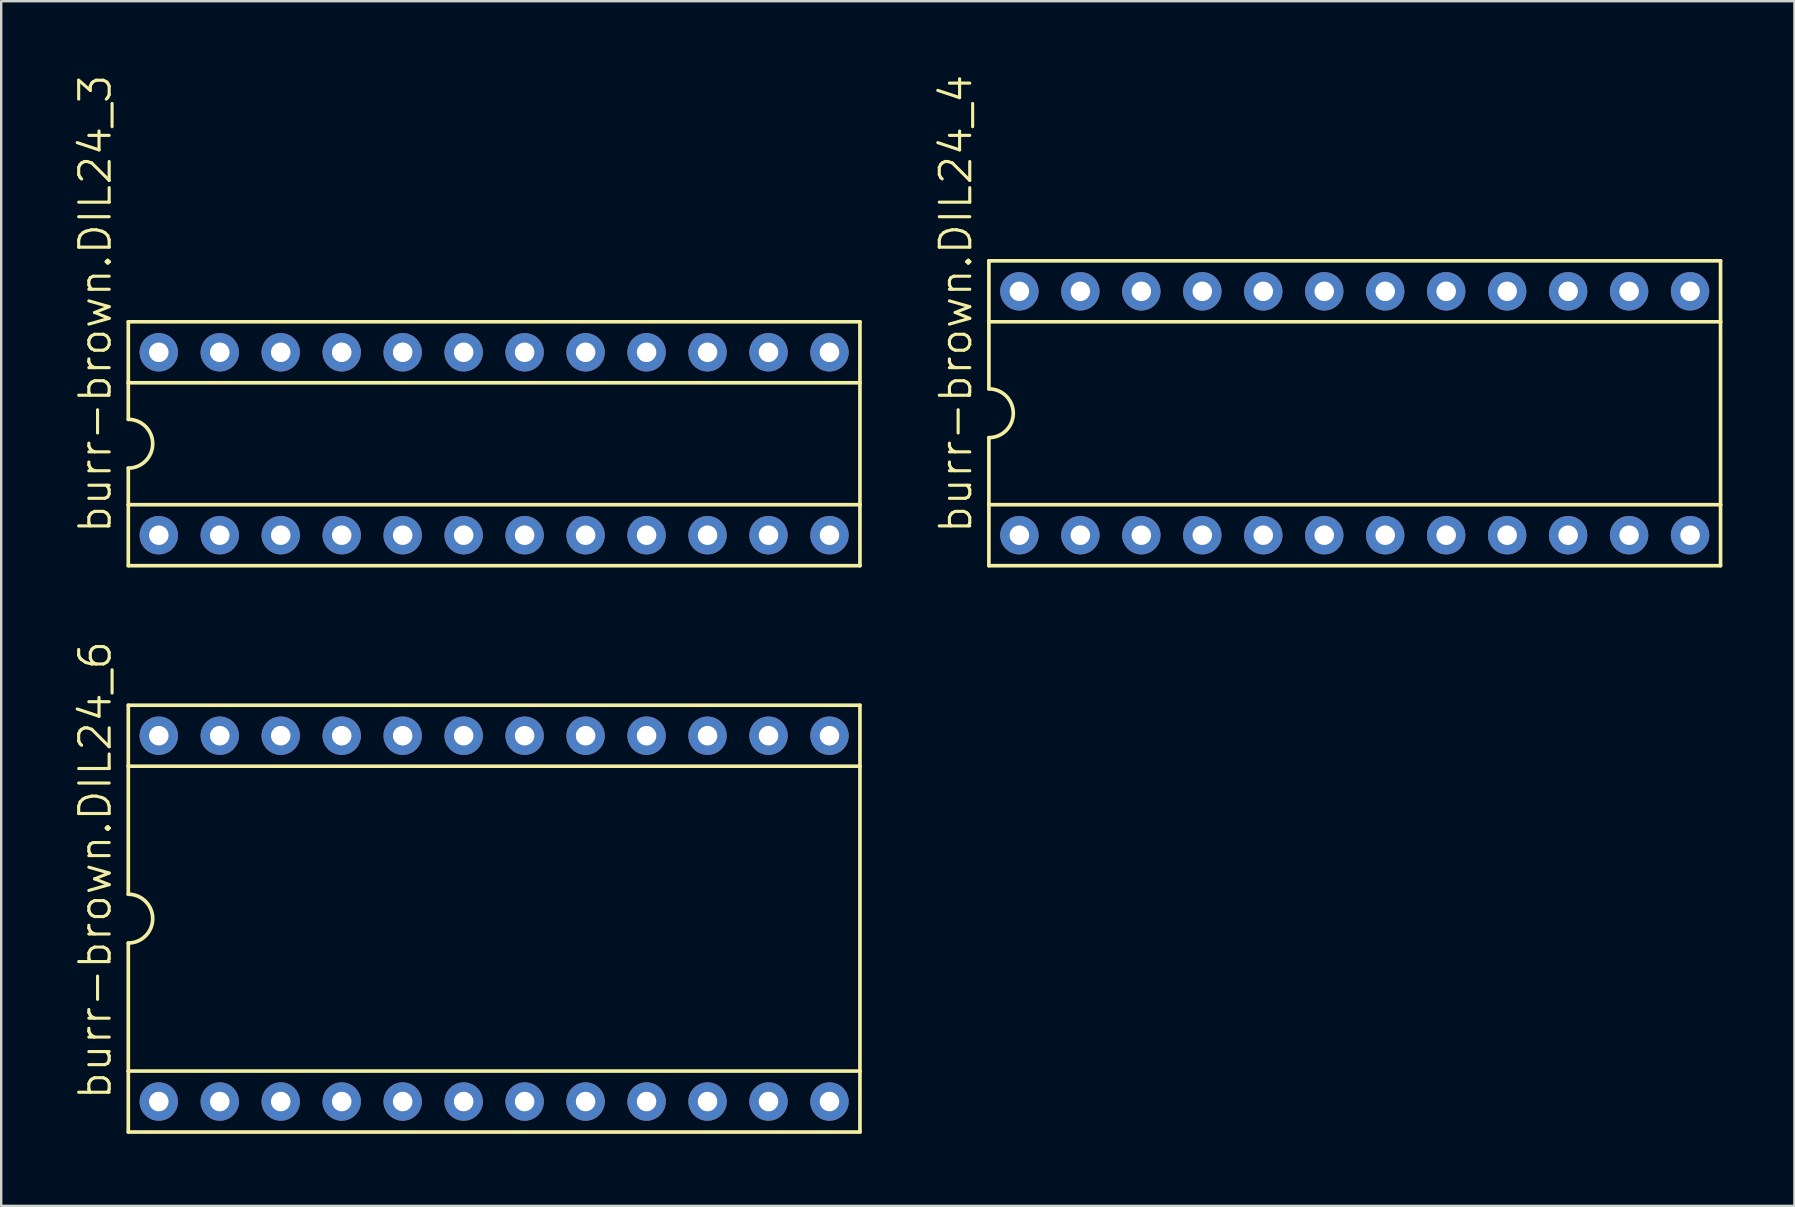
<source format=kicad_pcb>
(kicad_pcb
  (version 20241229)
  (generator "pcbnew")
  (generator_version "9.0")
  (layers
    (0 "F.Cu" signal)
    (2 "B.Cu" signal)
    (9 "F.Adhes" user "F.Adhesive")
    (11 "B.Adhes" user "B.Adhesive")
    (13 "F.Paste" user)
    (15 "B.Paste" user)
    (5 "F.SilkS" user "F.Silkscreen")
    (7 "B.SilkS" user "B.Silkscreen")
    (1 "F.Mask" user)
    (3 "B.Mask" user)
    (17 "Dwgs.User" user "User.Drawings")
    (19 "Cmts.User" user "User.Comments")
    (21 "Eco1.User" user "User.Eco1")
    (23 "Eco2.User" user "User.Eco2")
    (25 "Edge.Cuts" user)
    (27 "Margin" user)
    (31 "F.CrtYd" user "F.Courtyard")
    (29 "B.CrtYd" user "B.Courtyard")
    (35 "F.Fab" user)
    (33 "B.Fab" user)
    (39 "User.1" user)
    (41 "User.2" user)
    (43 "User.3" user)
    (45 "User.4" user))
  (footprint "burr-brown.DIL24_6"
    (layer "F.Cu")
    (at 17.535 35.219)
    (property "Reference" "burr-brown.DIL24_6" (at -15.875 7.62 90) (layer "F.SilkS") (effects (font (size 1.27 1.27) (thickness 0.13)) (justify left bottom)))
    (attr through_hole)
    (fp_line (start -15.24 -8.89) (end -15.24 -6.35) (stroke (width 0.152) (type default)) (layer "F.SilkS"))
    (fp_line (start -15.24 -6.35) (end -15.24 -1.016) (stroke (width 0.152) (type default)) (layer "F.SilkS"))
    (fp_line (start -15.24 6.35) (end -15.24 1.016) (stroke (width 0.152) (type default)) (layer "F.SilkS"))
    (fp_line (start -15.24 6.35) (end 15.24 6.35) (stroke (width 0.152) (type default)) (layer "F.SilkS"))
    (fp_line (start -15.24 8.89) (end -15.24 6.35) (stroke (width 0.152) (type default)) (layer "F.SilkS"))
    (fp_line (start -15.24 8.89) (end 15.24 8.89) (stroke (width 0.152) (type default)) (layer "F.SilkS"))
    (fp_line (start 15.24 -8.89) (end -15.24 -8.89) (stroke (width 0.152) (type default)) (layer "F.SilkS"))
    (fp_line (start 15.24 -8.89) (end 15.24 -6.35) (stroke (width 0.152) (type default)) (layer "F.SilkS"))
    (fp_line (start 15.24 -6.35) (end -15.24 -6.35) (stroke (width 0.152) (type default)) (layer "F.SilkS"))
    (fp_line (start 15.24 -6.35) (end 15.24 6.35) (stroke (width 0.152) (type default)) (layer "F.SilkS"))
    (fp_line (start 15.24 6.35) (end 15.24 8.89) (stroke (width 0.152) (type default)) (layer "F.SilkS"))
    (fp_arc (start -15.24 -1.016) (mid -14.224 0) (end -15.24 1.016) (stroke (width 0.1524) (type default)) (layer "F.SilkS"))
    (pad "1" thru_hole circle (at -13.97 7.62) (size 1.6 1.6) (drill 0.813) (layers "*.Cu" "*.Mask"))
    (pad "2" thru_hole circle (at -11.43 7.62) (size 1.6 1.6) (drill 0.813) (layers "*.Cu" "*.Mask"))
    (pad "3" thru_hole circle (at -8.89 7.62) (size 1.6 1.6) (drill 0.813) (layers "*.Cu" "*.Mask"))
    (pad "4" thru_hole circle (at -6.35 7.62) (size 1.6 1.6) (drill 0.813) (layers "*.Cu" "*.Mask"))
    (pad "5" thru_hole circle (at -3.81 7.62) (size 1.6 1.6) (drill 0.813) (layers "*.Cu" "*.Mask"))
    (pad "6" thru_hole circle (at -1.27 7.62) (size 1.6 1.6) (drill 0.813) (layers "*.Cu" "*.Mask"))
    (pad "7" thru_hole circle (at 1.27 7.62) (size 1.6 1.6) (drill 0.813) (layers "*.Cu" "*.Mask"))
    (pad "8" thru_hole circle (at 3.81 7.62) (size 1.6 1.6) (drill 0.813) (layers "*.Cu" "*.Mask"))
    (pad "9" thru_hole circle (at 6.35 7.62) (size 1.6 1.6) (drill 0.813) (layers "*.Cu" "*.Mask"))
    (pad "10" thru_hole circle (at 8.89 7.62) (size 1.6 1.6) (drill 0.813) (layers "*.Cu" "*.Mask"))
    (pad "11" thru_hole circle (at 11.43 7.62) (size 1.6 1.6) (drill 0.813) (layers "*.Cu" "*.Mask"))
    (pad "12" thru_hole circle (at 13.97 7.62) (size 1.6 1.6) (drill 0.813) (layers "*.Cu" "*.Mask"))
    (pad "13" thru_hole circle (at 13.97 -7.62) (size 1.6 1.6) (drill 0.813) (layers "*.Cu" "*.Mask"))
    (pad "14" thru_hole circle (at 11.43 -7.62) (size 1.6 1.6) (drill 0.813) (layers "*.Cu" "*.Mask"))
    (pad "15" thru_hole circle (at 8.89 -7.62) (size 1.6 1.6) (drill 0.813) (layers "*.Cu" "*.Mask"))
    (pad "16" thru_hole circle (at 6.35 -7.62) (size 1.6 1.6) (drill 0.813) (layers "*.Cu" "*.Mask"))
    (pad "17" thru_hole circle (at 3.81 -7.62) (size 1.6 1.6) (drill 0.813) (layers "*.Cu" "*.Mask"))
    (pad "18" thru_hole circle (at 1.27 -7.62) (size 1.6 1.6) (drill 0.813) (layers "*.Cu" "*.Mask"))
    (pad "19" thru_hole circle (at -1.27 -7.62) (size 1.6 1.6) (drill 0.813) (layers "*.Cu" "*.Mask"))
    (pad "20" thru_hole circle (at -3.81 -7.62) (size 1.6 1.6) (drill 0.813) (layers "*.Cu" "*.Mask"))
    (pad "21" thru_hole circle (at -6.35 -7.62) (size 1.6 1.6) (drill 0.813) (layers "*.Cu" "*.Mask"))
    (pad "22" thru_hole circle (at -8.89 -7.62) (size 1.6 1.6) (drill 0.813) (layers "*.Cu" "*.Mask"))
    (pad "23" thru_hole circle (at -11.43 -7.62) (size 1.6 1.6) (drill 0.813) (layers "*.Cu" "*.Mask"))
    (pad "24" thru_hole circle (at -13.97 -7.62) (size 1.6 1.6) (drill 0.813) (layers "*.Cu" "*.Mask")))
  (footprint "burr-brown.DIL24_3"
    (layer "F.Cu")
    (at 17.535 15.436)
    (property "Reference" "burr-brown.DIL24_3" (at -15.875 3.81 90) (layer "F.SilkS") (effects (font (size 1.27 1.27) (thickness 0.13)) (justify left bottom)))
    (attr through_hole)
    (fp_line (start -15.24 -5.08) (end -15.24 -2.54) (stroke (width 0.152) (type default)) (layer "F.SilkS"))
    (fp_line (start -15.24 -2.54) (end -15.24 -1.016) (stroke (width 0.152) (type default)) (layer "F.SilkS"))
    (fp_line (start -15.24 2.54) (end -15.24 1.016) (stroke (width 0.152) (type default)) (layer "F.SilkS"))
    (fp_line (start -15.24 2.54) (end 15.24 2.54) (stroke (width 0.152) (type default)) (layer "F.SilkS"))
    (fp_line (start -15.24 5.08) (end -15.24 2.54) (stroke (width 0.152) (type default)) (layer "F.SilkS"))
    (fp_line (start -15.24 5.08) (end 15.24 5.08) (stroke (width 0.152) (type default)) (layer "F.SilkS"))
    (fp_line (start 15.24 -5.08) (end -15.24 -5.08) (stroke (width 0.152) (type default)) (layer "F.SilkS"))
    (fp_line (start 15.24 -5.08) (end 15.24 -2.54) (stroke (width 0.152) (type default)) (layer "F.SilkS"))
    (fp_line (start 15.24 -2.54) (end -15.24 -2.54) (stroke (width 0.152) (type default)) (layer "F.SilkS"))
    (fp_line (start 15.24 -2.54) (end 15.24 2.54) (stroke (width 0.152) (type default)) (layer "F.SilkS"))
    (fp_line (start 15.24 2.54) (end 15.24 5.08) (stroke (width 0.152) (type default)) (layer "F.SilkS"))
    (fp_arc (start -15.24 -1.016) (mid -14.224 0) (end -15.24 1.016) (stroke (width 0.1524) (type default)) (layer "F.SilkS"))
    (pad "1" thru_hole circle (at -13.97 3.81) (size 1.6 1.6) (drill 0.813) (layers "*.Cu" "*.Mask"))
    (pad "2" thru_hole circle (at -11.43 3.81) (size 1.6 1.6) (drill 0.813) (layers "*.Cu" "*.Mask"))
    (pad "3" thru_hole circle (at -8.89 3.81) (size 1.6 1.6) (drill 0.813) (layers "*.Cu" "*.Mask"))
    (pad "4" thru_hole circle (at -6.35 3.81) (size 1.6 1.6) (drill 0.813) (layers "*.Cu" "*.Mask"))
    (pad "5" thru_hole circle (at -3.81 3.81) (size 1.6 1.6) (drill 0.813) (layers "*.Cu" "*.Mask"))
    (pad "6" thru_hole circle (at -1.27 3.81) (size 1.6 1.6) (drill 0.813) (layers "*.Cu" "*.Mask"))
    (pad "7" thru_hole circle (at 1.27 3.81) (size 1.6 1.6) (drill 0.813) (layers "*.Cu" "*.Mask"))
    (pad "8" thru_hole circle (at 3.81 3.81) (size 1.6 1.6) (drill 0.813) (layers "*.Cu" "*.Mask"))
    (pad "9" thru_hole circle (at 6.35 3.81) (size 1.6 1.6) (drill 0.813) (layers "*.Cu" "*.Mask"))
    (pad "10" thru_hole circle (at 8.89 3.81) (size 1.6 1.6) (drill 0.813) (layers "*.Cu" "*.Mask"))
    (pad "11" thru_hole circle (at 11.43 3.81) (size 1.6 1.6) (drill 0.813) (layers "*.Cu" "*.Mask"))
    (pad "12" thru_hole circle (at 13.97 3.81) (size 1.6 1.6) (drill 0.813) (layers "*.Cu" "*.Mask"))
    (pad "13" thru_hole circle (at 13.97 -3.81) (size 1.6 1.6) (drill 0.813) (layers "*.Cu" "*.Mask"))
    (pad "14" thru_hole circle (at 11.43 -3.81) (size 1.6 1.6) (drill 0.813) (layers "*.Cu" "*.Mask"))
    (pad "15" thru_hole circle (at 8.89 -3.81) (size 1.6 1.6) (drill 0.813) (layers "*.Cu" "*.Mask"))
    (pad "16" thru_hole circle (at 6.35 -3.81) (size 1.6 1.6) (drill 0.813) (layers "*.Cu" "*.Mask"))
    (pad "17" thru_hole circle (at 3.81 -3.81) (size 1.6 1.6) (drill 0.813) (layers "*.Cu" "*.Mask"))
    (pad "18" thru_hole circle (at 1.27 -3.81) (size 1.6 1.6) (drill 0.813) (layers "*.Cu" "*.Mask"))
    (pad "19" thru_hole circle (at -1.27 -3.81) (size 1.6 1.6) (drill 0.813) (layers "*.Cu" "*.Mask"))
    (pad "20" thru_hole circle (at -3.81 -3.81) (size 1.6 1.6) (drill 0.813) (layers "*.Cu" "*.Mask"))
    (pad "21" thru_hole circle (at -6.35 -3.81) (size 1.6 1.6) (drill 0.813) (layers "*.Cu" "*.Mask"))
    (pad "22" thru_hole circle (at -8.89 -3.81) (size 1.6 1.6) (drill 0.813) (layers "*.Cu" "*.Mask"))
    (pad "23" thru_hole circle (at -11.43 -3.81) (size 1.6 1.6) (drill 0.813) (layers "*.Cu" "*.Mask"))
    (pad "24" thru_hole circle (at -13.97 -3.81) (size 1.6 1.6) (drill 0.813) (layers "*.Cu" "*.Mask")))
  (footprint "burr-brown.DIL24_4"
    (layer "F.Cu")
    (at 53.386 14.166)
    (property "Reference" "burr-brown.DIL24_4" (at -15.875 5.08 90) (layer "F.SilkS") (effects (font (size 1.27 1.27) (thickness 0.13)) (justify left bottom)))
    (attr through_hole)
    (fp_line (start -15.24 -6.35) (end -15.24 -3.81) (stroke (width 0.152) (type default)) (layer "F.SilkS"))
    (fp_line (start -15.24 -3.81) (end -15.24 -1.016) (stroke (width 0.152) (type default)) (layer "F.SilkS"))
    (fp_line (start -15.24 3.81) (end -15.24 1.016) (stroke (width 0.152) (type default)) (layer "F.SilkS"))
    (fp_line (start -15.24 3.81) (end 15.24 3.81) (stroke (width 0.152) (type default)) (layer "F.SilkS"))
    (fp_line (start -15.24 6.35) (end -15.24 3.81) (stroke (width 0.152) (type default)) (layer "F.SilkS"))
    (fp_line (start -15.24 6.35) (end 15.24 6.35) (stroke (width 0.152) (type default)) (layer "F.SilkS"))
    (fp_line (start 15.24 -6.35) (end -15.24 -6.35) (stroke (width 0.152) (type default)) (layer "F.SilkS"))
    (fp_line (start 15.24 -6.35) (end 15.24 -3.81) (stroke (width 0.152) (type default)) (layer "F.SilkS"))
    (fp_line (start 15.24 -3.81) (end -15.24 -3.81) (stroke (width 0.152) (type default)) (layer "F.SilkS"))
    (fp_line (start 15.24 -3.81) (end 15.24 3.81) (stroke (width 0.152) (type default)) (layer "F.SilkS"))
    (fp_line (start 15.24 3.81) (end 15.24 6.35) (stroke (width 0.152) (type default)) (layer "F.SilkS"))
    (fp_arc (start -15.24 -1.016) (mid -14.224 0) (end -15.24 1.016) (stroke (width 0.1524) (type default)) (layer "F.SilkS"))
    (pad "1" thru_hole circle (at -13.97 5.08) (size 1.6 1.6) (drill 0.813) (layers "*.Cu" "*.Mask"))
    (pad "2" thru_hole circle (at -11.43 5.08) (size 1.6 1.6) (drill 0.813) (layers "*.Cu" "*.Mask"))
    (pad "3" thru_hole circle (at -8.89 5.08) (size 1.6 1.6) (drill 0.813) (layers "*.Cu" "*.Mask"))
    (pad "4" thru_hole circle (at -6.35 5.08) (size 1.6 1.6) (drill 0.813) (layers "*.Cu" "*.Mask"))
    (pad "5" thru_hole circle (at -3.81 5.08) (size 1.6 1.6) (drill 0.813) (layers "*.Cu" "*.Mask"))
    (pad "6" thru_hole circle (at -1.27 5.08) (size 1.6 1.6) (drill 0.813) (layers "*.Cu" "*.Mask"))
    (pad "7" thru_hole circle (at 1.27 5.08) (size 1.6 1.6) (drill 0.813) (layers "*.Cu" "*.Mask"))
    (pad "8" thru_hole circle (at 3.81 5.08) (size 1.6 1.6) (drill 0.813) (layers "*.Cu" "*.Mask"))
    (pad "9" thru_hole circle (at 6.35 5.08) (size 1.6 1.6) (drill 0.813) (layers "*.Cu" "*.Mask"))
    (pad "10" thru_hole circle (at 8.89 5.08) (size 1.6 1.6) (drill 0.813) (layers "*.Cu" "*.Mask"))
    (pad "11" thru_hole circle (at 11.43 5.08) (size 1.6 1.6) (drill 0.813) (layers "*.Cu" "*.Mask"))
    (pad "12" thru_hole circle (at 13.97 5.08) (size 1.6 1.6) (drill 0.813) (layers "*.Cu" "*.Mask"))
    (pad "13" thru_hole circle (at 13.97 -5.08) (size 1.6 1.6) (drill 0.813) (layers "*.Cu" "*.Mask"))
    (pad "14" thru_hole circle (at 11.43 -5.08) (size 1.6 1.6) (drill 0.813) (layers "*.Cu" "*.Mask"))
    (pad "15" thru_hole circle (at 8.89 -5.08) (size 1.6 1.6) (drill 0.813) (layers "*.Cu" "*.Mask"))
    (pad "16" thru_hole circle (at 6.35 -5.08) (size 1.6 1.6) (drill 0.813) (layers "*.Cu" "*.Mask"))
    (pad "17" thru_hole circle (at 3.81 -5.08) (size 1.6 1.6) (drill 0.813) (layers "*.Cu" "*.Mask"))
    (pad "18" thru_hole circle (at 1.27 -5.08) (size 1.6 1.6) (drill 0.813) (layers "*.Cu" "*.Mask"))
    (pad "19" thru_hole circle (at -1.27 -5.08) (size 1.6 1.6) (drill 0.813) (layers "*.Cu" "*.Mask"))
    (pad "20" thru_hole circle (at -3.81 -5.08) (size 1.6 1.6) (drill 0.813) (layers "*.Cu" "*.Mask"))
    (pad "21" thru_hole circle (at -6.35 -5.08) (size 1.6 1.6) (drill 0.813) (layers "*.Cu" "*.Mask"))
    (pad "22" thru_hole circle (at -8.89 -5.08) (size 1.6 1.6) (drill 0.813) (layers "*.Cu" "*.Mask"))
    (pad "23" thru_hole circle (at -11.43 -5.08) (size 1.6 1.6) (drill 0.813) (layers "*.Cu" "*.Mask"))
    (pad "24" thru_hole circle (at -13.97 -5.08) (size 1.6 1.6) (drill 0.813) (layers "*.Cu" "*.Mask")))
  (gr_rect
    (start -3 -3)
    (end 71.702 47.185)
    (stroke (width 0.1) (type default))
    (fill no)
    (layer "Edge.Cuts")))
</source>
